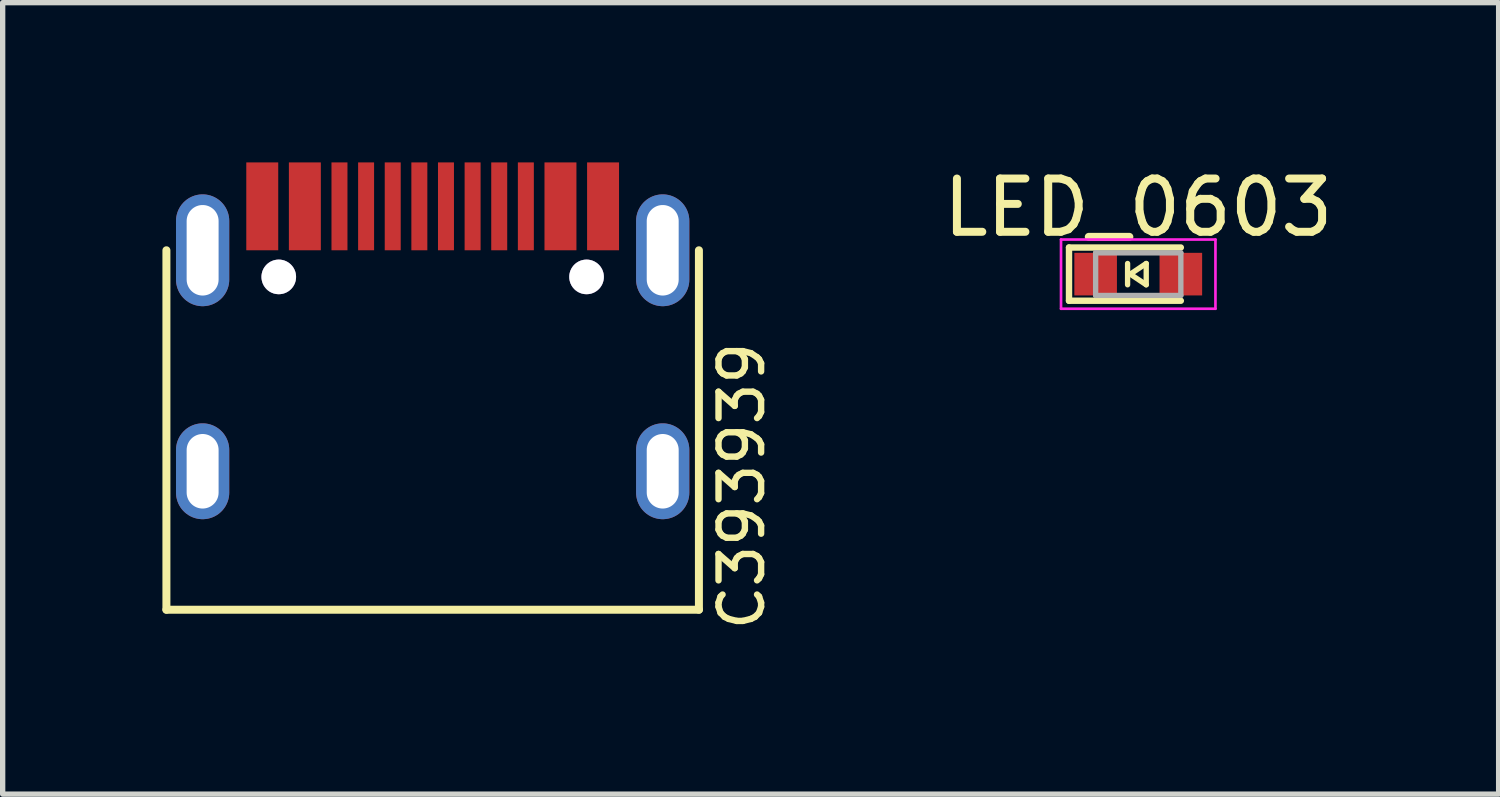
<source format=kicad_pcb>
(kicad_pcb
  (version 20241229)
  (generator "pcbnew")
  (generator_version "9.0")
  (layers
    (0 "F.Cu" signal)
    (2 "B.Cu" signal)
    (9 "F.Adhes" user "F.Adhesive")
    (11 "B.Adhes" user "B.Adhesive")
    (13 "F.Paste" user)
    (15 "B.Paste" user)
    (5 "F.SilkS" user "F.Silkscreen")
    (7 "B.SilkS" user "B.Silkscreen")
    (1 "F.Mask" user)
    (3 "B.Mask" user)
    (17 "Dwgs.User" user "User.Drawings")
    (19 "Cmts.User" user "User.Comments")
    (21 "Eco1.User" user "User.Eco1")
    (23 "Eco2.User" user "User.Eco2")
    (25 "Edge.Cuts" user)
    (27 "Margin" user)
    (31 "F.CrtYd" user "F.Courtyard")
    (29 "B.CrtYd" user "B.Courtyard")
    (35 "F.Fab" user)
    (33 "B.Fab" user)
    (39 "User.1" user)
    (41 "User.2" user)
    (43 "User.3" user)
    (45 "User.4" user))
  (footprint "LED_0603"
    (layer "F.Cu")
    (at 18.325 2.098)
    (property "Reference" "LED_0603" (at 0 -1.25 0) (layer "F.SilkS") (effects (font (size 1 1) (thickness 0.15))))
    (attr smd)
    (fp_line (start -1.3 -0.5) (end -1.3 0.5) (stroke (width 0.12) (type solid)) (layer "F.SilkS"))
    (fp_line (start -1.3 -0.5) (end 0.8 -0.5) (stroke (width 0.12) (type solid)) (layer "F.SilkS"))
    (fp_line (start -1.3 0.5) (end 0.8 0.5) (stroke (width 0.12) (type solid)) (layer "F.SilkS"))
    (fp_line (start -0.2 -0.2) (end -0.2 0.2) (stroke (width 0.1) (type solid)) (layer "F.SilkS"))
    (fp_line (start -0.15 0) (end 0.15 -0.2) (stroke (width 0.1) (type solid)) (layer "F.SilkS"))
    (fp_line (start 0.15 -0.2) (end 0.15 0.2) (stroke (width 0.1) (type solid)) (layer "F.SilkS"))
    (fp_line (start 0.15 0.2) (end -0.15 0) (stroke (width 0.1) (type solid)) (layer "F.SilkS"))
    (fp_line (start -1.45 -0.65) (end 1.45 -0.65) (stroke (width 0.05) (type solid)) (layer "F.CrtYd"))
    (fp_line (start -1.45 0.65) (end -1.45 -0.65) (stroke (width 0.05) (type solid)) (layer "F.CrtYd"))
    (fp_line (start 1.45 -0.65) (end 1.45 0.65) (stroke (width 0.05) (type solid)) (layer "F.CrtYd"))
    (fp_line (start 1.45 0.65) (end -1.45 0.65) (stroke (width 0.05) (type solid)) (layer "F.CrtYd"))
    (fp_line (start -0.8 -0.4) (end 0.8 -0.4) (stroke (width 0.1) (type solid)) (layer "F.Fab"))
    (fp_line (start -0.8 0.4) (end -0.8 -0.4) (stroke (width 0.1) (type solid)) (layer "F.Fab"))
    (fp_line (start 0.8 -0.4) (end 0.8 0.4) (stroke (width 0.1) (type solid)) (layer "F.Fab"))
    (fp_line (start 0.8 0.4) (end -0.8 0.4) (stroke (width 0.1) (type solid)) (layer "F.Fab"))
    (pad "1" smd rect (at -0.8 0 180) (size 0.8 0.8) (layers "F.Cu" "F.Mask" "F.Paste"))
    (pad "2" smd rect (at 0.8 0 180) (size 0.8 0.8) (layers "F.Cu" "F.Mask" "F.Paste")))
  (footprint "C393939"
    (layer "F.Cu")
    (at 5.075 1.65)
    (property "Reference" "C393939" (at 5.804 4.427 270) (layer "F.SilkS") (effects (font (size 0.8 0.8) (thickness 0.12))))
    (attr through_hole)
    (fp_line (start -5 0) (end -5 6.75) (stroke (width 0.15) (type solid)) (layer "F.SilkS"))
    (fp_line (start -5 6.75) (end 5 6.75) (stroke (width 0.15) (type solid)) (layer "F.SilkS"))
    (fp_line (start 5 6.75) (end 5 0) (stroke (width 0.15) (type solid)) (layer "F.SilkS"))
    (pad "" thru_hole circle (at -2.89 0.5) (size 0.65 0.65) (drill 0.65) (layers "*.Cu" "*.Mask"))
    (pad "" thru_hole circle (at 2.89 0.5) (size 0.65 0.65) (drill 0.65) (layers "*.Cu" "*.Mask"))
    (pad "A1" smd rect (at -3.2 -0.825) (size 0.6 1.65) (layers "F.Cu" "F.Mask" "F.Paste"))
    (pad "A1" smd rect (at 3.2 -0.825) (size 0.6 1.65) (layers "F.Cu" "F.Mask" "F.Paste"))
    (pad "A4" smd rect (at -2.4 -0.825) (size 0.6 1.65) (layers "F.Cu" "F.Mask" "F.Paste"))
    (pad "A4" smd rect (at 2.4 -0.825) (size 0.6 1.65) (layers "F.Cu" "F.Mask" "F.Paste"))
    (pad "A5" smd rect (at -1.25 -0.825) (size 0.3 1.65) (layers "F.Cu" "F.Mask" "F.Paste"))
    (pad "A6" smd rect (at -0.25 -0.825) (size 0.3 1.65) (layers "F.Cu" "F.Mask" "F.Paste"))
    (pad "A6" smd rect (at 0.75 -0.825) (size 0.3 1.65) (layers "F.Cu" "F.Mask" "F.Paste"))
    (pad "A7" smd rect (at -0.75 -0.825) (size 0.3 1.65) (layers "F.Cu" "F.Mask" "F.Paste"))
    (pad "A7" smd rect (at 0.25 -0.825) (size 0.3 1.65) (layers "F.Cu" "F.Mask" "F.Paste"))
    (pad "A8" smd rect (at -1.75 -0.825) (size 0.3 1.65) (layers "F.Cu" "F.Mask" "F.Paste"))
    (pad "B5" smd rect (at 1.75 -0.825) (size 0.3 1.65) (layers "F.Cu" "F.Mask" "F.Paste"))
    (pad "B8" smd rect (at 1.25 -0.825) (size 0.3 1.65) (layers "F.Cu" "F.Mask" "F.Paste"))
    (pad "S1" thru_hole oval (at -4.32 0) (size 1 2.1) (drill oval 0.6 1.7) (layers "*.Cu" "*.Mask"))
    (pad "S1" thru_hole oval (at -4.32 4.15) (size 1 1.8) (drill oval 0.6 1.4) (layers "*.Cu" "*.Mask"))
    (pad "S1" thru_hole oval (at 4.32 0) (size 1 2.1) (drill oval 0.6 1.7) (layers "*.Cu" "*.Mask"))
    (pad "S1" thru_hole oval (at 4.32 4.15) (size 1 1.8) (drill oval 0.6 1.4) (layers "*.Cu" "*.Mask")))
  (gr_rect
    (start -3 -3)
    (end 25.093 11.863)
    (stroke (width 0.1) (type default))
    (fill no)
    (layer "Edge.Cuts")))
</source>
